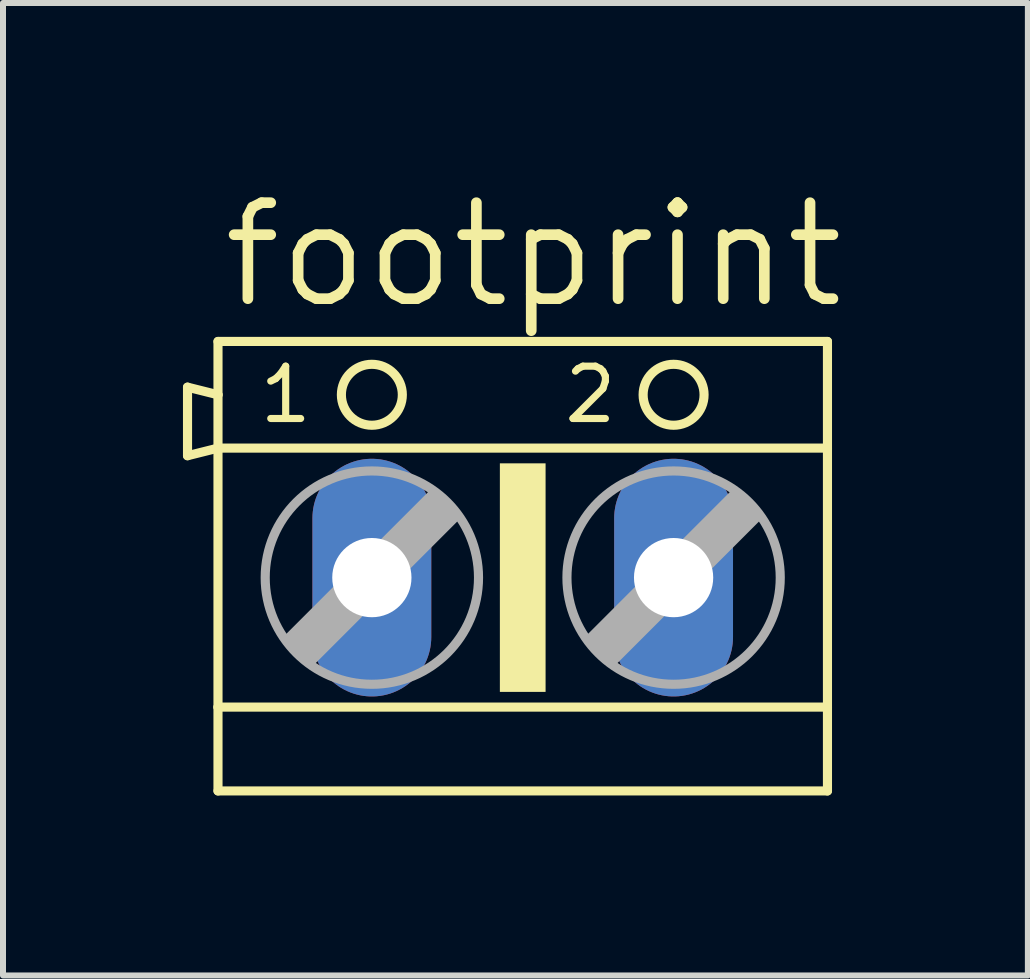
<source format=kicad_pcb>
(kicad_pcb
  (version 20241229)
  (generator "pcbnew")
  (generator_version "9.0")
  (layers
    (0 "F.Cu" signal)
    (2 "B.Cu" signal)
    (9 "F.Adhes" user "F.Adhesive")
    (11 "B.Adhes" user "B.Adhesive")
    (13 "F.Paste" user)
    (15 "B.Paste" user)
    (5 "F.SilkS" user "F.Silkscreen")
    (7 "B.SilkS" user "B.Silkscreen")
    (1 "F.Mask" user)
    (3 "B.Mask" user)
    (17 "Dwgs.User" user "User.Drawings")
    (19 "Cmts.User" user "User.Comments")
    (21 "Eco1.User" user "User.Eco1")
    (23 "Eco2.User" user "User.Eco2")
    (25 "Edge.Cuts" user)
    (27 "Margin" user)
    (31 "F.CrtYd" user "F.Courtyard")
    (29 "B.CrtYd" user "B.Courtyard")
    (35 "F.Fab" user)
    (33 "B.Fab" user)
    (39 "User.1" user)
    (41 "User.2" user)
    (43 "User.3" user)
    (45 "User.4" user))
  (footprint "footprint"
    (layer "F.Cu")
    (at 5.664 6.579)
    (property "Reference" "footprint" (at -5.08 -4.445 0) (layer "F.SilkS") (effects (font (size 1.6 1.6) (thickness 0.178)) (justify left bottom)))
    (fp_line (start -5.588 -3.175) (end -5.588 -2.032) (stroke (width 0.152) (type solid)) (layer "F.SilkS"))
    (fp_line (start -5.588 -2.032) (end -5.08 -2.159) (stroke (width 0.152) (type solid)) (layer "F.SilkS"))
    (fp_line (start -5.08 -3.048) (end -5.588 -3.175) (stroke (width 0.152) (type solid)) (layer "F.SilkS"))
    (fp_line (start -5.08 -3.048) (end -5.08 -3.937) (stroke (width 0.152) (type solid)) (layer "F.SilkS"))
    (fp_line (start -5.08 -2.159) (end -5.08 -3.048) (stroke (width 0.152) (type solid)) (layer "F.SilkS"))
    (fp_line (start -5.08 -2.159) (end 5.08 -2.159) (stroke (width 0.152) (type solid)) (layer "F.SilkS"))
    (fp_line (start -5.08 2.159) (end -5.08 -2.159) (stroke (width 0.152) (type solid)) (layer "F.SilkS"))
    (fp_line (start -5.08 2.159) (end 5.08 2.159) (stroke (width 0.152) (type solid)) (layer "F.SilkS"))
    (fp_line (start -5.08 3.556) (end -5.08 2.159) (stroke (width 0.152) (type solid)) (layer "F.SilkS"))
    (fp_line (start -5.08 3.556) (end 5.08 3.556) (stroke (width 0.152) (type solid)) (layer "F.SilkS"))
    (fp_line (start 5.08 -3.937) (end -5.08 -3.937) (stroke (width 0.152) (type solid)) (layer "F.SilkS"))
    (fp_line (start 5.08 -3.937) (end 5.08 -2.159) (stroke (width 0.152) (type solid)) (layer "F.SilkS"))
    (fp_line (start 5.08 -2.159) (end 5.08 2.159) (stroke (width 0.152) (type solid)) (layer "F.SilkS"))
    (fp_line (start 5.08 2.159) (end 5.08 3.556) (stroke (width 0.152) (type solid)) (layer "F.SilkS"))
    (fp_circle (center -2.515 -3.048) (end -2.007 -3.048) (stroke (width 0.152) (type solid)) (fill no) (layer "F.SilkS"))
    (fp_circle (center 2.515 -3.048) (end 3.023 -3.048) (stroke (width 0.152) (type solid)) (fill no) (layer "F.SilkS"))
    (fp_poly (pts (xy -0.381 1.905) (xy 0.381 1.905) (xy 0.381 -1.905) (xy -0.381 -1.905)) (stroke (width 0) (type solid)) (fill yes) (layer "F.SilkS"))
    (fp_line (start -3.912 1.016) (end -3.531 1.397) (stroke (width 0.152) (type solid)) (layer "F.Fab"))
    (fp_line (start -3.912 1.016) (end -1.499 -1.397) (stroke (width 0.152) (type solid)) (layer "F.Fab"))
    (fp_line (start -3.531 1.016) (end -1.499 -1.016) (stroke (width 0.61) (type solid)) (layer "F.Fab"))
    (fp_line (start -3.531 1.397) (end -1.118 -1.016) (stroke (width 0.152) (type solid)) (layer "F.Fab"))
    (fp_line (start -1.499 -1.397) (end -1.118 -1.016) (stroke (width 0.152) (type solid)) (layer "F.Fab"))
    (fp_line (start 1.118 1.016) (end 1.499 1.397) (stroke (width 0.152) (type solid)) (layer "F.Fab"))
    (fp_line (start 1.118 1.016) (end 3.531 -1.397) (stroke (width 0.152) (type solid)) (layer "F.Fab"))
    (fp_line (start 1.499 1.016) (end 3.531 -1.016) (stroke (width 0.61) (type solid)) (layer "F.Fab"))
    (fp_line (start 1.499 1.397) (end 3.912 -1.016) (stroke (width 0.152) (type solid)) (layer "F.Fab"))
    (fp_line (start 3.531 -1.397) (end 3.912 -1.016) (stroke (width 0.152) (type solid)) (layer "F.Fab"))
    (fp_circle (center -2.515 0) (end -0.737 0) (stroke (width 0.152) (type solid)) (fill no) (layer "F.Fab"))
    (fp_circle (center 2.515 0) (end 4.293 0) (stroke (width 0.152) (type solid)) (fill no) (layer "F.Fab"))
    (fp_text user "1" (at -4.445 -2.54 0) (layer "F.SilkS") (effects (font (size 0.872 0.872) (thickness 0.119)) (justify left bottom)))
    (fp_text user "2" (at 0.635 -2.54 0) (layer "F.SilkS") (effects (font (size 0.872 0.872) (thickness 0.119)) (justify left bottom)))
    (pad "1" thru_hole oval (at -2.515 0 90) (size 3.962 1.981) (drill 1.321) (layers "*.Cu" "*.Mask"))
    (pad "2" thru_hole oval (at 2.515 0 90) (size 3.962 1.981) (drill 1.321) (layers "*.Cu" "*.Mask")))
  (gr_rect
    (start -3 -3)
    (end 14.085 13.211)
    (stroke (width 0.1) (type default))
    (fill no)
    (layer "Edge.Cuts")))
</source>
